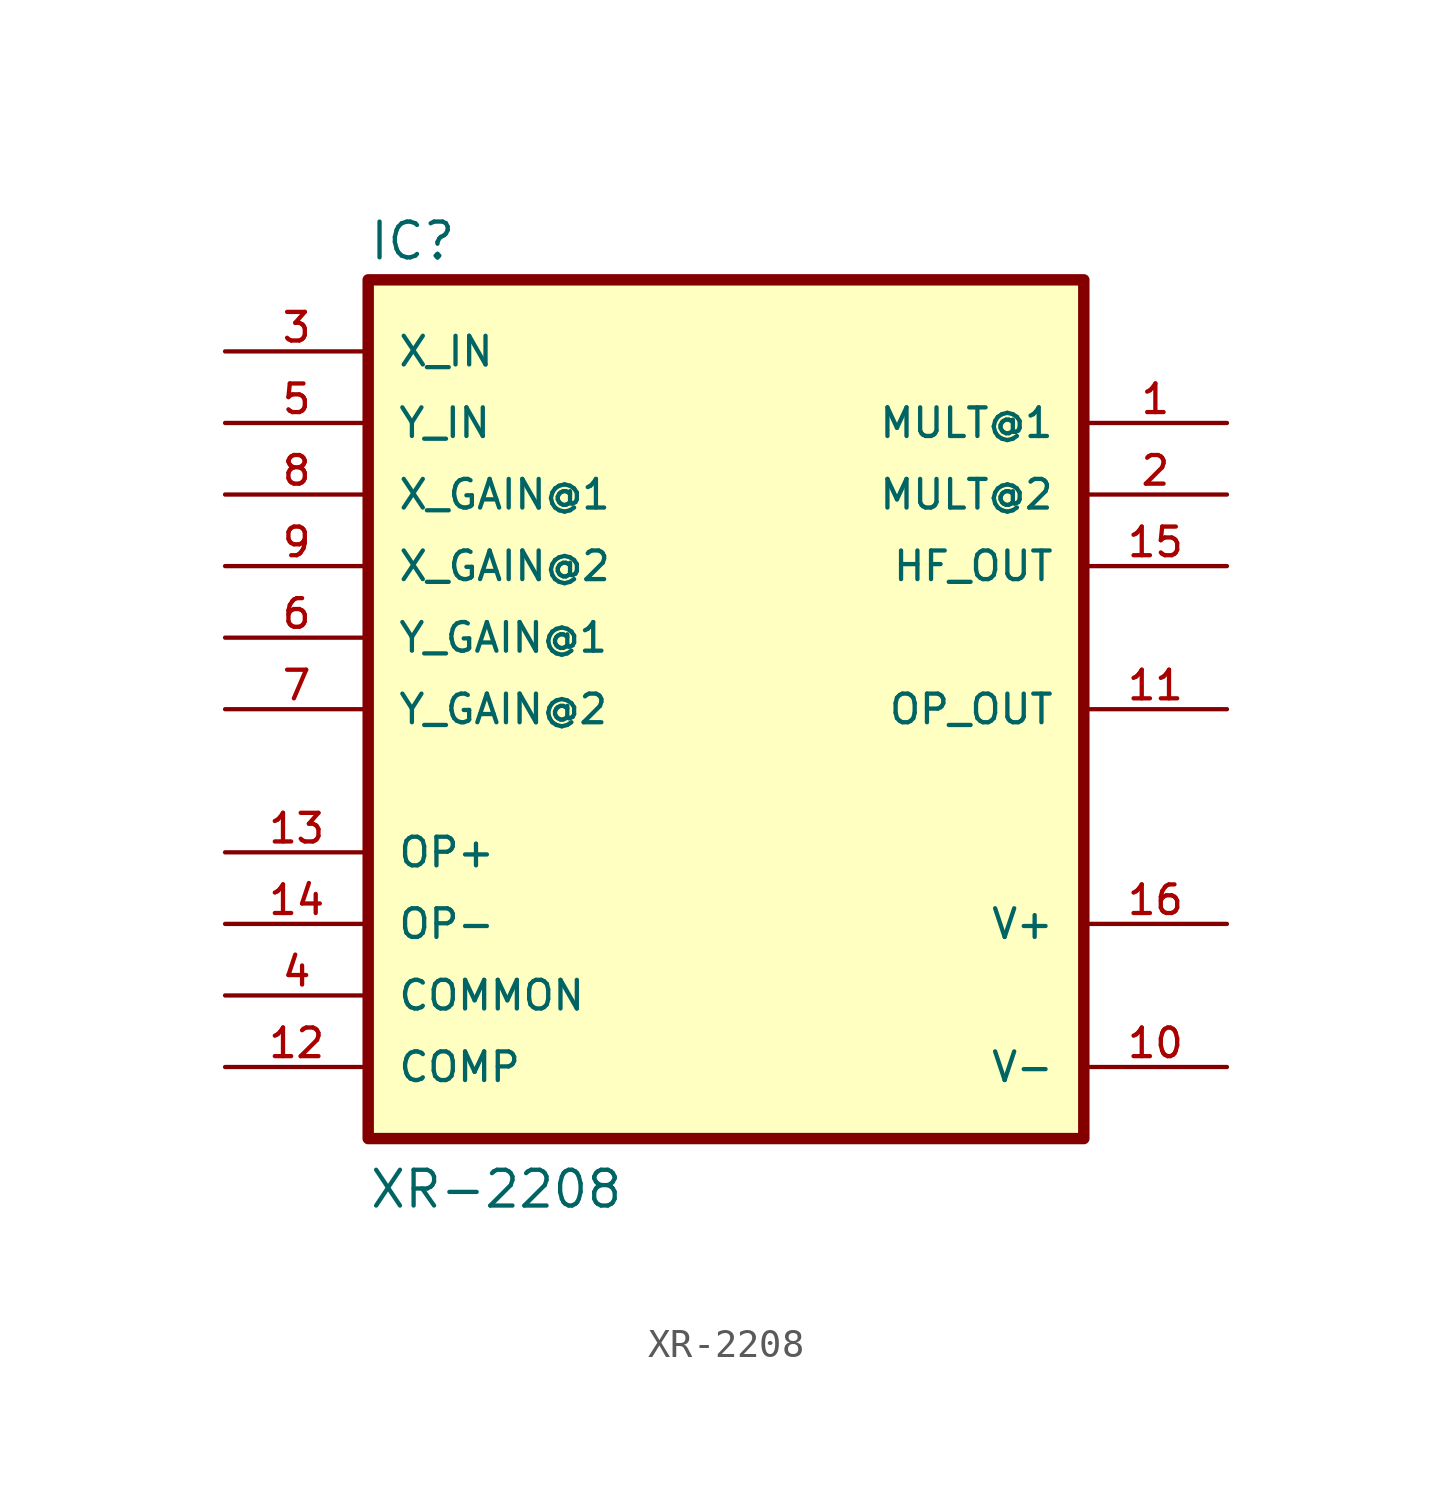
<source format=kicad_sym>
(kicad_symbol_lib
  (version 20211014)
  (generator kicad_symbol_editor)
  (symbol "XR-2208"
    (pin_names
      (offset 1.016))
    (property "Reference" "IC"
      (at -12.7 15.875 0)
      (effects (font (size 1.27 1.27)) (justify bottom left)))
    (property "Value" "XR-2208"
      (at -12.7 -17.78 0)
      (effects (font (size 1.27 1.27)) (justify bottom left)))
    (symbol "XR-2208_0_0"
      (rectangle (start -12.7 -15.24) (end 12.7 15.24) (stroke (width 0.406)) (fill (type background)))
      (pin input line (at -17.78 12.7 0) (length 5.08) (name "X_IN" (effects (font (size 1.016 1.016)))) (number "3" (effects (font (size 1.016 1.016)))))
      (pin input line (at -17.78 10.16 0) (length 5.08) (name "Y_IN" (effects (font (size 1.016 1.016)))) (number "5" (effects (font (size 1.016 1.016)))))
      (pin input line (at -17.78 7.62 0) (length 5.08) (name "X_GAIN@1" (effects (font (size 1.016 1.016)))) (number "8" (effects (font (size 1.016 1.016)))))
      (pin input line (at -17.78 5.08 0) (length 5.08) (name "X_GAIN@2" (effects (font (size 1.016 1.016)))) (number "9" (effects (font (size 1.016 1.016)))))
      (pin input line (at -17.78 2.54 0) (length 5.08) (name "Y_GAIN@1" (effects (font (size 1.016 1.016)))) (number "6" (effects (font (size 1.016 1.016)))))
      (pin input line (at -17.78 -10.16 0) (length 5.08) (name "COMMON" (effects (font (size 1.016 1.016)))) (number "4" (effects (font (size 1.016 1.016)))))
      (pin output line (at 17.78 10.16 180.0) (length 5.08) (name "MULT@1" (effects (font (size 1.016 1.016)))) (number "1" (effects (font (size 1.016 1.016)))))
      (pin output line (at 17.78 7.62 180.0) (length 5.08) (name "MULT@2" (effects (font (size 1.016 1.016)))) (number "2" (effects (font (size 1.016 1.016)))))
      (pin output line (at 17.78 5.08 180.0) (length 5.08) (name "HF_OUT" (effects (font (size 1.016 1.016)))) (number "15" (effects (font (size 1.016 1.016)))))
      (pin input line (at -17.78 -7.62 0) (length 5.08) (name "OP-" (effects (font (size 1.016 1.016)))) (number "14" (effects (font (size 1.016 1.016)))))
      (pin input line (at -17.78 -5.08 0) (length 5.08) (name "OP+" (effects (font (size 1.016 1.016)))) (number "13" (effects (font (size 1.016 1.016)))))
      (pin input line (at -17.78 -12.7 0) (length 5.08) (name "COMP" (effects (font (size 1.016 1.016)))) (number "12" (effects (font (size 1.016 1.016)))))
      (pin output line (at 17.78 0.0 180.0) (length 5.08) (name "OP_OUT" (effects (font (size 1.016 1.016)))) (number "11" (effects (font (size 1.016 1.016)))))
      (pin input line (at -17.78 0.0 0) (length 5.08) (name "Y_GAIN@2" (effects (font (size 1.016 1.016)))) (number "7" (effects (font (size 1.016 1.016)))))
      (pin power_in line (at 17.78 -12.7 180.0) (length 5.08) (name "V-" (effects (font (size 1.016 1.016)))) (number "10" (effects (font (size 1.016 1.016)))))
      (pin power_in line (at 17.78 -7.62 180.0) (length 5.08) (name "V+" (effects (font (size 1.016 1.016)))) (number "16" (effects (font (size 1.016 1.016))))))))
</source>
